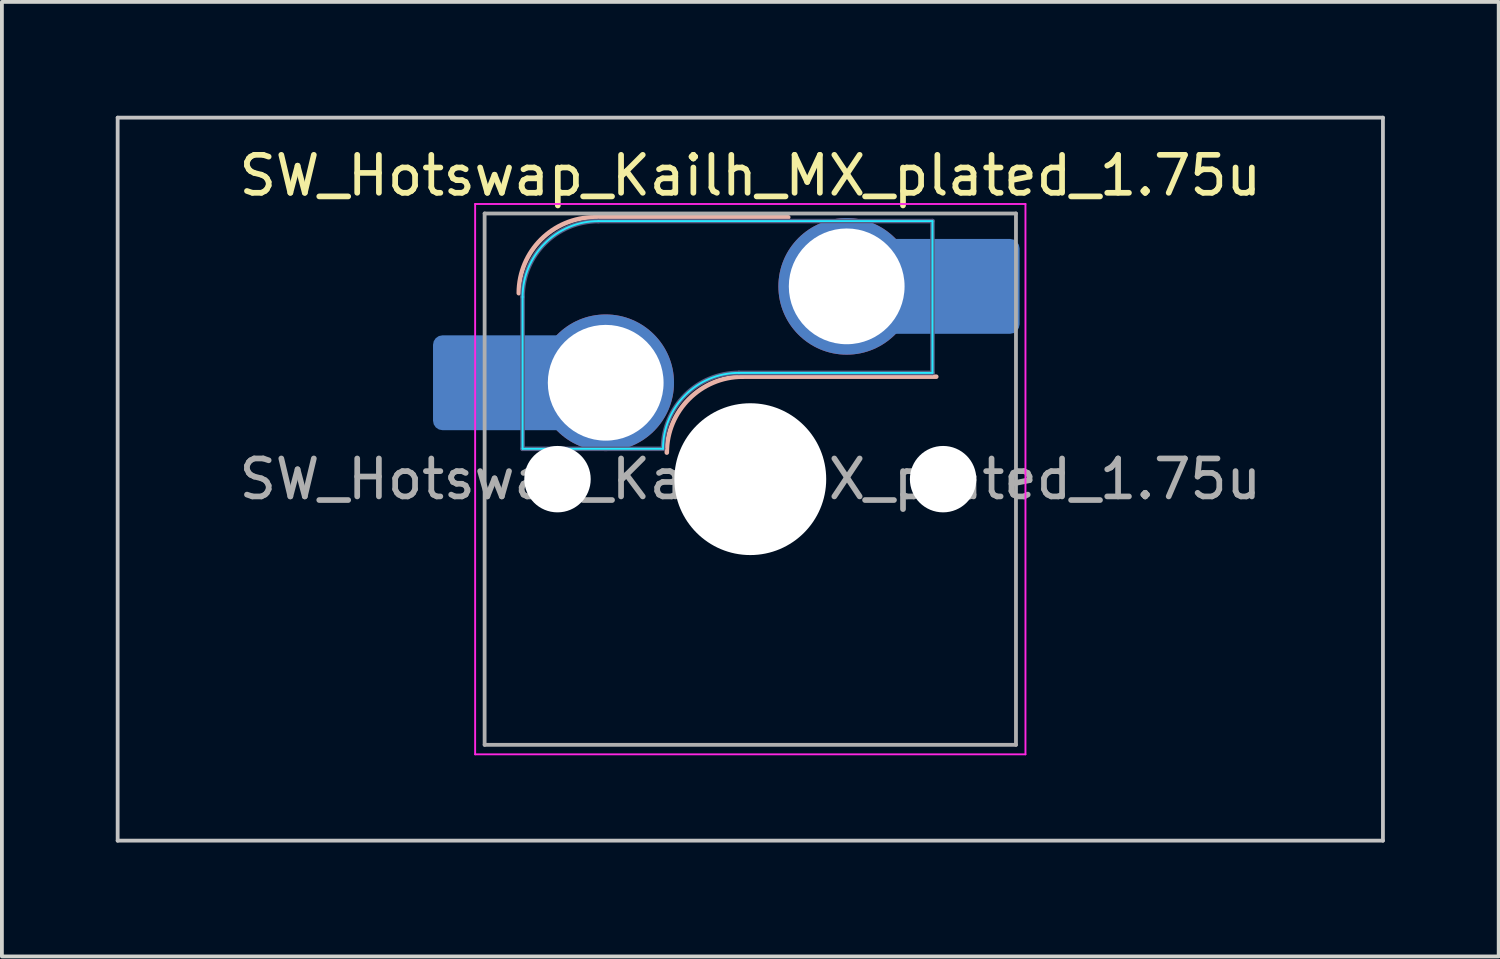
<source format=kicad_pcb>
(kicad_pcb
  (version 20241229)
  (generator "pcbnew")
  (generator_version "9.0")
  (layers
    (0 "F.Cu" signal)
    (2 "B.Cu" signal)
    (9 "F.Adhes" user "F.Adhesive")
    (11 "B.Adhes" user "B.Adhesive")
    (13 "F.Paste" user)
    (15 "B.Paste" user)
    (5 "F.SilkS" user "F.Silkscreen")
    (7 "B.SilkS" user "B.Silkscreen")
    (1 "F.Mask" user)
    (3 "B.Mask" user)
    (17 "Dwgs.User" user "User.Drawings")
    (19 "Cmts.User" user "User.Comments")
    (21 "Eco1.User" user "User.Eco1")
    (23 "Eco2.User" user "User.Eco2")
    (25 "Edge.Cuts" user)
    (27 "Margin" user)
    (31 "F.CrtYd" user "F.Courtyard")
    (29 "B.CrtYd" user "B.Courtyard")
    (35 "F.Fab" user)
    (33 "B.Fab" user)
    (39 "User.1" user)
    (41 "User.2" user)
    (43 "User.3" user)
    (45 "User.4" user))
  (footprint "SW_Hotswap_Kailh_MX_plated_1.75u"
    (layer "F.Cu")
    (at 16.719 9.575)
    (property "Reference" "SW_Hotswap_Kailh_MX_plated_1.75u" (at 0 -8 0) (layer "F.SilkS") (effects (font (size 1 1) (thickness 0.15))))
    (attr smd)
    (fp_line (start -4.1 -6.9) (end 1 -6.9) (stroke (width 0.12) (type solid)) (layer "B.SilkS"))
    (fp_line (start -0.2 -2.7) (end 4.9 -2.7) (stroke (width 0.12) (type solid)) (layer "B.SilkS"))
    (fp_arc (start -6.1 -4.9) (mid -5.514214 -6.314214) (end -4.1 -6.9) (stroke (width 0.12) (type solid)) (layer "B.SilkS"))
    (fp_arc (start -2.2 -0.7) (mid -1.614214 -2.114214) (end -0.2 -2.7) (stroke (width 0.12) (type solid)) (layer "B.SilkS"))
    (fp_line (start -16.669 -9.525) (end -16.669 9.525) (stroke (width 0.1) (type solid)) (layer "Dwgs.User"))
    (fp_line (start -16.669 9.525) (end 16.669 9.525) (stroke (width 0.1) (type solid)) (layer "Dwgs.User"))
    (fp_line (start 16.669 -9.525) (end -16.669 -9.525) (stroke (width 0.1) (type solid)) (layer "Dwgs.User"))
    (fp_line (start 16.669 9.525) (end 16.669 -9.525) (stroke (width 0.1) (type solid)) (layer "Dwgs.User"))
    (fp_line (start -7.8 -6) (end -7 -6) (stroke (width 0.1) (type solid)) (layer "Eco1.User"))
    (fp_line (start -7.8 -2.9) (end -7.8 -6) (stroke (width 0.1) (type solid)) (layer "Eco1.User"))
    (fp_line (start -7.8 2.9) (end -7 2.9) (stroke (width 0.1) (type solid)) (layer "Eco1.User"))
    (fp_line (start -7.8 6) (end -7.8 2.9) (stroke (width 0.1) (type solid)) (layer "Eco1.User"))
    (fp_line (start -7 -7) (end 7 -7) (stroke (width 0.1) (type solid)) (layer "Eco1.User"))
    (fp_line (start -7 -6) (end -7 -7) (stroke (width 0.1) (type solid)) (layer "Eco1.User"))
    (fp_line (start -7 -2.9) (end -7.8 -2.9) (stroke (width 0.1) (type solid)) (layer "Eco1.User"))
    (fp_line (start -7 2.9) (end -7 -2.9) (stroke (width 0.1) (type solid)) (layer "Eco1.User"))
    (fp_line (start -7 6) (end -7.8 6) (stroke (width 0.1) (type solid)) (layer "Eco1.User"))
    (fp_line (start -7 7) (end -7 6) (stroke (width 0.1) (type solid)) (layer "Eco1.User"))
    (fp_line (start 7 -7) (end 7 -6) (stroke (width 0.1) (type solid)) (layer "Eco1.User"))
    (fp_line (start 7 -6) (end 7.8 -6) (stroke (width 0.1) (type solid)) (layer "Eco1.User"))
    (fp_line (start 7 -2.9) (end 7 2.9) (stroke (width 0.1) (type solid)) (layer "Eco1.User"))
    (fp_line (start 7 2.9) (end 7.8 2.9) (stroke (width 0.1) (type solid)) (layer "Eco1.User"))
    (fp_line (start 7 6) (end 7 7) (stroke (width 0.1) (type solid)) (layer "Eco1.User"))
    (fp_line (start 7 7) (end -7 7) (stroke (width 0.1) (type solid)) (layer "Eco1.User"))
    (fp_line (start 7.8 -6) (end 7.8 -2.9) (stroke (width 0.1) (type solid)) (layer "Eco1.User"))
    (fp_line (start 7.8 -2.9) (end 7 -2.9) (stroke (width 0.1) (type solid)) (layer "Eco1.User"))
    (fp_line (start 7.8 2.9) (end 7.8 6) (stroke (width 0.1) (type solid)) (layer "Eco1.User"))
    (fp_line (start 7.8 6) (end 7 6) (stroke (width 0.1) (type solid)) (layer "Eco1.User"))
    (fp_line (start -6 -0.8) (end -6 -4.8) (stroke (width 0.05) (type solid)) (layer "B.CrtYd"))
    (fp_line (start -6 -0.8) (end -2.3 -0.8) (stroke (width 0.05) (type solid)) (layer "B.CrtYd"))
    (fp_line (start -4 -6.8) (end 4.8 -6.8) (stroke (width 0.05) (type solid)) (layer "B.CrtYd"))
    (fp_line (start -0.3 -2.8) (end 4.8 -2.8) (stroke (width 0.05) (type solid)) (layer "B.CrtYd"))
    (fp_line (start 4.8 -6.8) (end 4.8 -2.8) (stroke (width 0.05) (type solid)) (layer "B.CrtYd"))
    (fp_arc (start -6 -4.8) (mid -5.414214 -6.214214) (end -4 -6.8) (stroke (width 0.05) (type solid)) (layer "B.CrtYd"))
    (fp_arc (start -2.3 -0.8) (mid -1.714214 -2.214214) (end -0.3 -2.8) (stroke (width 0.05) (type solid)) (layer "B.CrtYd"))
    (fp_line (start -7.25 -7.25) (end -7.25 7.25) (stroke (width 0.05) (type solid)) (layer "F.CrtYd"))
    (fp_line (start -7.25 7.25) (end 7.25 7.25) (stroke (width 0.05) (type solid)) (layer "F.CrtYd"))
    (fp_line (start 7.25 -7.25) (end -7.25 -7.25) (stroke (width 0.05) (type solid)) (layer "F.CrtYd"))
    (fp_line (start 7.25 7.25) (end 7.25 -7.25) (stroke (width 0.05) (type solid)) (layer "F.CrtYd"))
    (fp_line (start -6 -0.8) (end -6 -4.8) (stroke (width 0.12) (type solid)) (layer "B.Fab"))
    (fp_line (start -6 -0.8) (end -2.3 -0.8) (stroke (width 0.12) (type solid)) (layer "B.Fab"))
    (fp_line (start -4 -6.8) (end 4.8 -6.8) (stroke (width 0.12) (type solid)) (layer "B.Fab"))
    (fp_line (start -0.3 -2.8) (end 4.8 -2.8) (stroke (width 0.12) (type solid)) (layer "B.Fab"))
    (fp_line (start 4.8 -6.8) (end 4.8 -2.8) (stroke (width 0.12) (type solid)) (layer "B.Fab"))
    (fp_arc (start -6 -4.8) (mid -5.414214 -6.214214) (end -4 -6.8) (stroke (width 0.12) (type solid)) (layer "B.Fab"))
    (fp_arc (start -2.3 -0.8) (mid -1.714214 -2.214214) (end -0.3 -2.8) (stroke (width 0.12) (type solid)) (layer "B.Fab"))
    (fp_line (start -7 -7) (end -7 7) (stroke (width 0.1) (type solid)) (layer "F.Fab"))
    (fp_line (start -7 7) (end 7 7) (stroke (width 0.1) (type solid)) (layer "F.Fab"))
    (fp_line (start 7 -7) (end -7 -7) (stroke (width 0.1) (type solid)) (layer "F.Fab"))
    (fp_line (start 7 7) (end 7 -7) (stroke (width 0.1) (type solid)) (layer "F.Fab"))
    (fp_text user "${REFERENCE}" (at 0 0 0) (layer "F.Fab") (effects (font (size 1 1) (thickness 0.15))))
    (pad "" smd roundrect (at -7.085 -2.54) (size 2.55 2.5) (layers "B.Mask" "B.Paste") (roundrect_rratio 0.1))
    (pad "" np_thru_hole circle (at -5.08 0) (size 1.75 1.75) (drill 1.75) (layers "*.Cu" "*.Mask"))
    (pad "" smd circle (at -3.81 -2.54) (size 3.1 3.1) (layers "F.Mask"))
    (pad "" np_thru_hole circle (at 0 0) (size 4 4) (drill 4) (layers "*.Cu" "*.Mask"))
    (pad "" smd circle (at 2.54 -5.08) (size 3.1 3.1) (layers "F.Mask"))
    (pad "" np_thru_hole circle (at 5.08 0) (size 1.75 1.75) (drill 1.75) (layers "*.Cu" "*.Mask"))
    (pad "" smd roundrect (at 5.842 -5.08) (size 2.55 2.5) (layers "B.Mask" "B.Paste") (roundrect_rratio 0.1))
    (pad "1" smd roundrect (at -6.585 -2.54) (size 3.55 2.5) (layers "B.Cu") (roundrect_rratio 0.1))
    (pad "1" thru_hole circle (at -3.81 -2.54) (size 3.6 3.6) (drill 3.05) (layers "*.Cu" "B.Mask"))
    (pad "2" thru_hole circle (at 2.54 -5.08) (size 3.6 3.6) (drill 3.05) (layers "*.Cu" "B.Mask"))
    (pad "2" smd roundrect (at 5.32 -5.08) (size 3.55 2.5) (layers "B.Cu") (roundrect_rratio 0.1)))
  (gr_rect
    (start -3 -3)
    (end 36.438 22.15)
    (stroke (width 0.1) (type default))
    (fill no)
    (layer "Edge.Cuts")))
</source>
